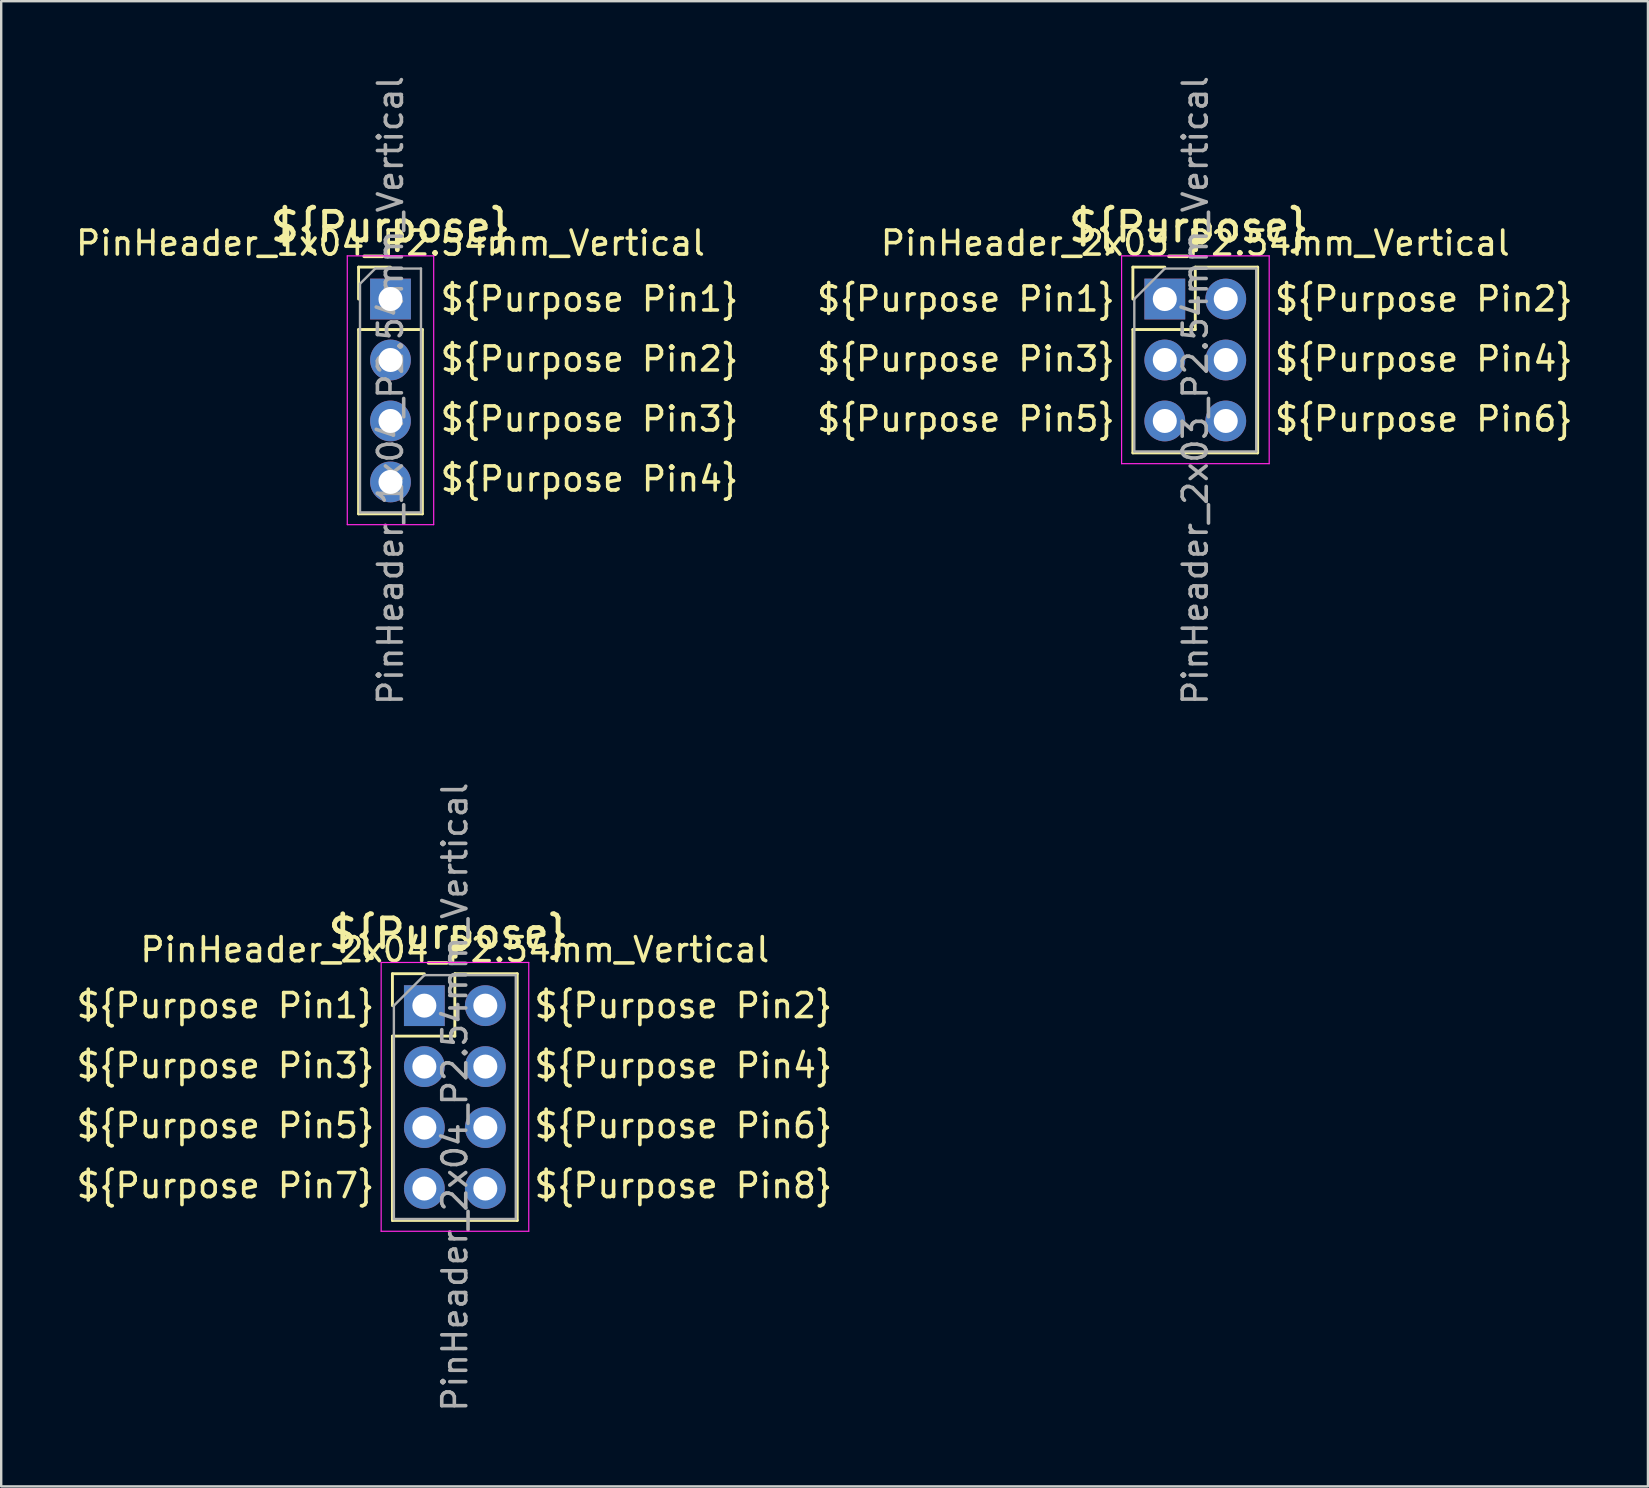
<source format=kicad_pcb>
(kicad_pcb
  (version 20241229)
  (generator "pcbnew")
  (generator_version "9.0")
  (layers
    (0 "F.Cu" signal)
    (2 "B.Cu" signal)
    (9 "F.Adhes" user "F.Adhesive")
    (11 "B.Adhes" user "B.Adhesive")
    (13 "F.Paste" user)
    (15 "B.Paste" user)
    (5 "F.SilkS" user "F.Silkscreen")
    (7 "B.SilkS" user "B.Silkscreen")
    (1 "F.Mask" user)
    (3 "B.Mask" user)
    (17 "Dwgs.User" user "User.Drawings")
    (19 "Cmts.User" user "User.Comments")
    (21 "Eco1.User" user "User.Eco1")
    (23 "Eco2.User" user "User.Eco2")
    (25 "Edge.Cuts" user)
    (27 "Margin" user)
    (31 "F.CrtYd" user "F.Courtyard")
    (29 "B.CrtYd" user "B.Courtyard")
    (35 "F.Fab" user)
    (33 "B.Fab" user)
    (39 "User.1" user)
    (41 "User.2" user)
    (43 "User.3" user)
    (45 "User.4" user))
  (footprint "PinHeader_2x03_P2.54mm_Vertical"
    (layer "F.Cu")
    (at 45.482 9.41)
    (property "Reference" "PinHeader_2x03_P2.54mm_Vertical" (at 1.27 -2.33 0) (layer "F.SilkS") (effects (font (size 1 1) (thickness 0.15))))
    (attr through_hole)
    (fp_line (start -1.33 -1.33) (end 0 -1.33) (stroke (width 0.12) (type solid)) (layer "F.SilkS"))
    (fp_line (start -1.33 0) (end -1.33 -1.33) (stroke (width 0.12) (type solid)) (layer "F.SilkS"))
    (fp_line (start -1.33 1.27) (end -1.33 6.41) (stroke (width 0.12) (type solid)) (layer "F.SilkS"))
    (fp_line (start -1.33 1.27) (end 1.27 1.27) (stroke (width 0.12) (type solid)) (layer "F.SilkS"))
    (fp_line (start -1.33 6.41) (end 3.87 6.41) (stroke (width 0.12) (type solid)) (layer "F.SilkS"))
    (fp_line (start 1.27 -1.33) (end 3.87 -1.33) (stroke (width 0.12) (type solid)) (layer "F.SilkS"))
    (fp_line (start 1.27 1.27) (end 1.27 -1.33) (stroke (width 0.12) (type solid)) (layer "F.SilkS"))
    (fp_line (start 3.87 -1.33) (end 3.87 6.41) (stroke (width 0.12) (type solid)) (layer "F.SilkS"))
    (fp_line (start -1.8 -1.8) (end -1.8 6.86) (stroke (width 0.05) (type solid)) (layer "F.CrtYd"))
    (fp_line (start -1.8 6.86) (end 4.35 6.86) (stroke (width 0.05) (type solid)) (layer "F.CrtYd"))
    (fp_line (start 4.35 -1.8) (end -1.8 -1.8) (stroke (width 0.05) (type solid)) (layer "F.CrtYd"))
    (fp_line (start 4.35 6.86) (end 4.35 -1.8) (stroke (width 0.05) (type solid)) (layer "F.CrtYd"))
    (fp_line (start -1.27 0) (end 0 -1.27) (stroke (width 0.1) (type solid)) (layer "F.Fab"))
    (fp_line (start -1.27 6.35) (end -1.27 0) (stroke (width 0.1) (type solid)) (layer "F.Fab"))
    (fp_line (start 0 -1.27) (end 3.81 -1.27) (stroke (width 0.1) (type solid)) (layer "F.Fab"))
    (fp_line (start 3.81 -1.27) (end 3.81 6.35) (stroke (width 0.1) (type solid)) (layer "F.Fab"))
    (fp_line (start 3.81 6.35) (end -1.27 6.35) (stroke (width 0.1) (type solid)) (layer "F.Fab"))
    (fp_text user "${Purpose Pin3}" (at -2 2.5 0) (layer "F.SilkS") (effects (font (size 1 1) (thickness 0.15)) (justify right)))
    (fp_text user "${Purpose Pin1}" (at -2 0 0) (layer "F.SilkS") (effects (font (size 1 1) (thickness 0.15)) (justify right)))
    (fp_text user "${Purpose Pin5}" (at -2 5 0) (layer "F.SilkS") (effects (font (size 1 1) (thickness 0.15)) (justify right)))
    (fp_text user "${Purpose Pin2}" (at 4.5 0 0) (layer "F.SilkS") (effects (font (size 1 1) (thickness 0.15)) (justify left)))
    (fp_text user "${Purpose Pin6}" (at 4.5 5 0) (layer "F.SilkS") (effects (font (size 1 1) (thickness 0.15)) (justify left)))
    (fp_text user "${Purpose Pin4}" (at 4.5 2.5 0) (layer "F.SilkS") (effects (font (size 1 1) (thickness 0.15)) (justify left)))
    (fp_text user "${Purpose}" (at 1 -3 0) (layer "F.SilkS") (effects (font (size 1.2 1.2) (thickness 0.2))))
    (fp_text user "${REFERENCE}" (at 1.27 3.81 90) (layer "F.Fab") (effects (font (size 1 1) (thickness 0.15))))
    (pad "1" thru_hole rect (at 0 0) (size 1.7 1.7) (drill 1) (layers "*.Cu" "*.Mask"))
    (pad "2" thru_hole oval (at 2.54 0) (size 1.7 1.7) (drill 1) (layers "*.Cu" "*.Mask"))
    (pad "3" thru_hole oval (at 0 2.54) (size 1.7 1.7) (drill 1) (layers "*.Cu" "*.Mask"))
    (pad "4" thru_hole oval (at 2.54 2.54) (size 1.7 1.7) (drill 1) (layers "*.Cu" "*.Mask"))
    (pad "5" thru_hole oval (at 0 5.08) (size 1.7 1.7) (drill 1) (layers "*.Cu" "*.Mask"))
    (pad "6" thru_hole oval (at 2.54 5.08) (size 1.7 1.7) (drill 1) (layers "*.Cu" "*.Mask")))
  (footprint "PinHeader_1x04_P2.54mm_Vertical"
    (layer "F.Cu")
    (at 13.22 9.41)
    (property "Reference" "PinHeader_1x04_P2.54mm_Vertical" (at 0 -2.33 0) (layer "F.SilkS") (effects (font (size 1 1) (thickness 0.15))))
    (attr through_hole)
    (fp_line (start -1.33 -1.33) (end 0 -1.33) (stroke (width 0.12) (type solid)) (layer "F.SilkS"))
    (fp_line (start -1.33 0) (end -1.33 -1.33) (stroke (width 0.12) (type solid)) (layer "F.SilkS"))
    (fp_line (start -1.33 1.27) (end -1.33 8.95) (stroke (width 0.12) (type solid)) (layer "F.SilkS"))
    (fp_line (start -1.33 1.27) (end 1.33 1.27) (stroke (width 0.12) (type solid)) (layer "F.SilkS"))
    (fp_line (start -1.33 8.95) (end 1.33 8.95) (stroke (width 0.12) (type solid)) (layer "F.SilkS"))
    (fp_line (start 1.33 1.27) (end 1.33 8.95) (stroke (width 0.12) (type solid)) (layer "F.SilkS"))
    (fp_line (start -1.8 -1.8) (end -1.8 9.4) (stroke (width 0.05) (type solid)) (layer "F.CrtYd"))
    (fp_line (start -1.8 9.4) (end 1.8 9.4) (stroke (width 0.05) (type solid)) (layer "F.CrtYd"))
    (fp_line (start 1.8 -1.8) (end -1.8 -1.8) (stroke (width 0.05) (type solid)) (layer "F.CrtYd"))
    (fp_line (start 1.8 9.4) (end 1.8 -1.8) (stroke (width 0.05) (type solid)) (layer "F.CrtYd"))
    (fp_line (start -1.27 -0.635) (end -0.635 -1.27) (stroke (width 0.1) (type solid)) (layer "F.Fab"))
    (fp_line (start -1.27 8.89) (end -1.27 -0.635) (stroke (width 0.1) (type solid)) (layer "F.Fab"))
    (fp_line (start -0.635 -1.27) (end 1.27 -1.27) (stroke (width 0.1) (type solid)) (layer "F.Fab"))
    (fp_line (start 1.27 -1.27) (end 1.27 8.89) (stroke (width 0.1) (type solid)) (layer "F.Fab"))
    (fp_line (start 1.27 8.89) (end -1.27 8.89) (stroke (width 0.1) (type solid)) (layer "F.Fab"))
    (fp_text user "${Purpose}" (at 0 -3 0) (layer "F.SilkS") (effects (font (size 1.2 1.2) (thickness 0.2))))
    (fp_text user "${Purpose Pin4}" (at 2 7.5 0) (layer "F.SilkS") (effects (font (size 1 1) (thickness 0.15)) (justify left)))
    (fp_text user "${Purpose Pin3}" (at 2 5 0) (layer "F.SilkS") (effects (font (size 1 1) (thickness 0.15)) (justify left)))
    (fp_text user "${Purpose Pin1}" (at 2 0 0) (layer "F.SilkS") (effects (font (size 1 1) (thickness 0.15)) (justify left)))
    (fp_text user "${Purpose Pin2}" (at 2 2.5 0) (layer "F.SilkS") (effects (font (size 1 1) (thickness 0.15)) (justify left)))
    (fp_text user "${REFERENCE}" (at 0 3.81 90) (layer "F.Fab") (effects (font (size 1 1) (thickness 0.15))))
    (pad "1" thru_hole rect (at 0 0) (size 1.7 1.7) (drill 1) (layers "*.Cu" "*.Mask"))
    (pad "2" thru_hole oval (at 0 2.54) (size 1.7 1.7) (drill 1) (layers "*.Cu" "*.Mask"))
    (pad "3" thru_hole oval (at 0 5.08) (size 1.7 1.7) (drill 1) (layers "*.Cu" "*.Mask"))
    (pad "4" thru_hole oval (at 0 7.62) (size 1.7 1.7) (drill 1) (layers "*.Cu" "*.Mask")))
  (footprint "PinHeader_2x04_P2.54mm_Vertical"
    (layer "F.Cu")
    (at 14.631 38.851)
    (property "Reference" "PinHeader_2x04_P2.54mm_Vertical" (at 1.27 -2.33 0) (layer "F.SilkS") (effects (font (size 1 1) (thickness 0.15))))
    (attr through_hole)
    (fp_line (start -1.33 -1.33) (end 0 -1.33) (stroke (width 0.12) (type solid)) (layer "F.SilkS"))
    (fp_line (start -1.33 0) (end -1.33 -1.33) (stroke (width 0.12) (type solid)) (layer "F.SilkS"))
    (fp_line (start -1.33 1.27) (end -1.33 8.95) (stroke (width 0.12) (type solid)) (layer "F.SilkS"))
    (fp_line (start -1.33 1.27) (end 1.27 1.27) (stroke (width 0.12) (type solid)) (layer "F.SilkS"))
    (fp_line (start -1.33 8.95) (end 3.87 8.95) (stroke (width 0.12) (type solid)) (layer "F.SilkS"))
    (fp_line (start 1.27 -1.33) (end 3.87 -1.33) (stroke (width 0.12) (type solid)) (layer "F.SilkS"))
    (fp_line (start 1.27 1.27) (end 1.27 -1.33) (stroke (width 0.12) (type solid)) (layer "F.SilkS"))
    (fp_line (start 3.87 -1.33) (end 3.87 8.95) (stroke (width 0.12) (type solid)) (layer "F.SilkS"))
    (fp_line (start -1.8 -1.8) (end -1.8 9.4) (stroke (width 0.05) (type solid)) (layer "F.CrtYd"))
    (fp_line (start -1.8 9.4) (end 4.35 9.4) (stroke (width 0.05) (type solid)) (layer "F.CrtYd"))
    (fp_line (start 4.35 -1.8) (end -1.8 -1.8) (stroke (width 0.05) (type solid)) (layer "F.CrtYd"))
    (fp_line (start 4.35 9.4) (end 4.35 -1.8) (stroke (width 0.05) (type solid)) (layer "F.CrtYd"))
    (fp_line (start -1.27 0) (end 0 -1.27) (stroke (width 0.1) (type solid)) (layer "F.Fab"))
    (fp_line (start -1.27 8.89) (end -1.27 0) (stroke (width 0.1) (type solid)) (layer "F.Fab"))
    (fp_line (start 0 -1.27) (end 3.81 -1.27) (stroke (width 0.1) (type solid)) (layer "F.Fab"))
    (fp_line (start 3.81 -1.27) (end 3.81 8.89) (stroke (width 0.1) (type solid)) (layer "F.Fab"))
    (fp_line (start 3.81 8.89) (end -1.27 8.89) (stroke (width 0.1) (type solid)) (layer "F.Fab"))
    (fp_text user "${Purpose Pin5}" (at -2 5 0) (layer "F.SilkS") (effects (font (size 1 1) (thickness 0.15)) (justify right)))
    (fp_text user "${Purpose Pin3}" (at -2 2.5 0) (layer "F.SilkS") (effects (font (size 1 1) (thickness 0.15)) (justify right)))
    (fp_text user "${Purpose Pin7}" (at -2 7.5 0) (layer "F.SilkS") (effects (font (size 1 1) (thickness 0.15)) (justify right)))
    (fp_text user "${Purpose Pin4}" (at 4.5 2.5 0) (layer "F.SilkS") (effects (font (size 1 1) (thickness 0.15)) (justify left)))
    (fp_text user "${Purpose Pin6}" (at 4.5 5 0) (layer "F.SilkS") (effects (font (size 1 1) (thickness 0.15)) (justify left)))
    (fp_text user "${Purpose Pin2}" (at 4.5 0 0) (layer "F.SilkS") (effects (font (size 1 1) (thickness 0.15)) (justify left)))
    (fp_text user "${Purpose}" (at 1 -3 0) (layer "F.SilkS") (effects (font (size 1.2 1.2) (thickness 0.2))))
    (fp_text user "${Purpose Pin1}" (at -2 0 0) (layer "F.SilkS") (effects (font (size 1 1) (thickness 0.15)) (justify right)))
    (fp_text user "${Purpose Pin8}" (at 4.5 7.5 0) (layer "F.SilkS") (effects (font (size 1 1) (thickness 0.15)) (justify left)))
    (fp_text user "${REFERENCE}" (at 1.27 3.81 90) (layer "F.Fab") (effects (font (size 1 1) (thickness 0.15))))
    (pad "1" thru_hole rect (at 0 0) (size 1.7 1.7) (drill 1) (layers "*.Cu" "*.Mask"))
    (pad "2" thru_hole oval (at 2.54 0) (size 1.7 1.7) (drill 1) (layers "*.Cu" "*.Mask"))
    (pad "3" thru_hole oval (at 0 2.54) (size 1.7 1.7) (drill 1) (layers "*.Cu" "*.Mask"))
    (pad "4" thru_hole oval (at 2.54 2.54) (size 1.7 1.7) (drill 1) (layers "*.Cu" "*.Mask"))
    (pad "5" thru_hole oval (at 0 5.08) (size 1.7 1.7) (drill 1) (layers "*.Cu" "*.Mask"))
    (pad "6" thru_hole oval (at 2.54 5.08) (size 1.7 1.7) (drill 1) (layers "*.Cu" "*.Mask"))
    (pad "7" thru_hole oval (at 0 7.62) (size 1.7 1.7) (drill 1) (layers "*.Cu" "*.Mask"))
    (pad "8" thru_hole oval (at 2.54 7.62) (size 1.7 1.7) (drill 1) (layers "*.Cu" "*.Mask")))
  (gr_rect
    (start -3 -3)
    (end 65.613 58.881)
    (stroke (width 0.1) (type default))
    (fill no)
    (layer "Edge.Cuts")))
</source>
